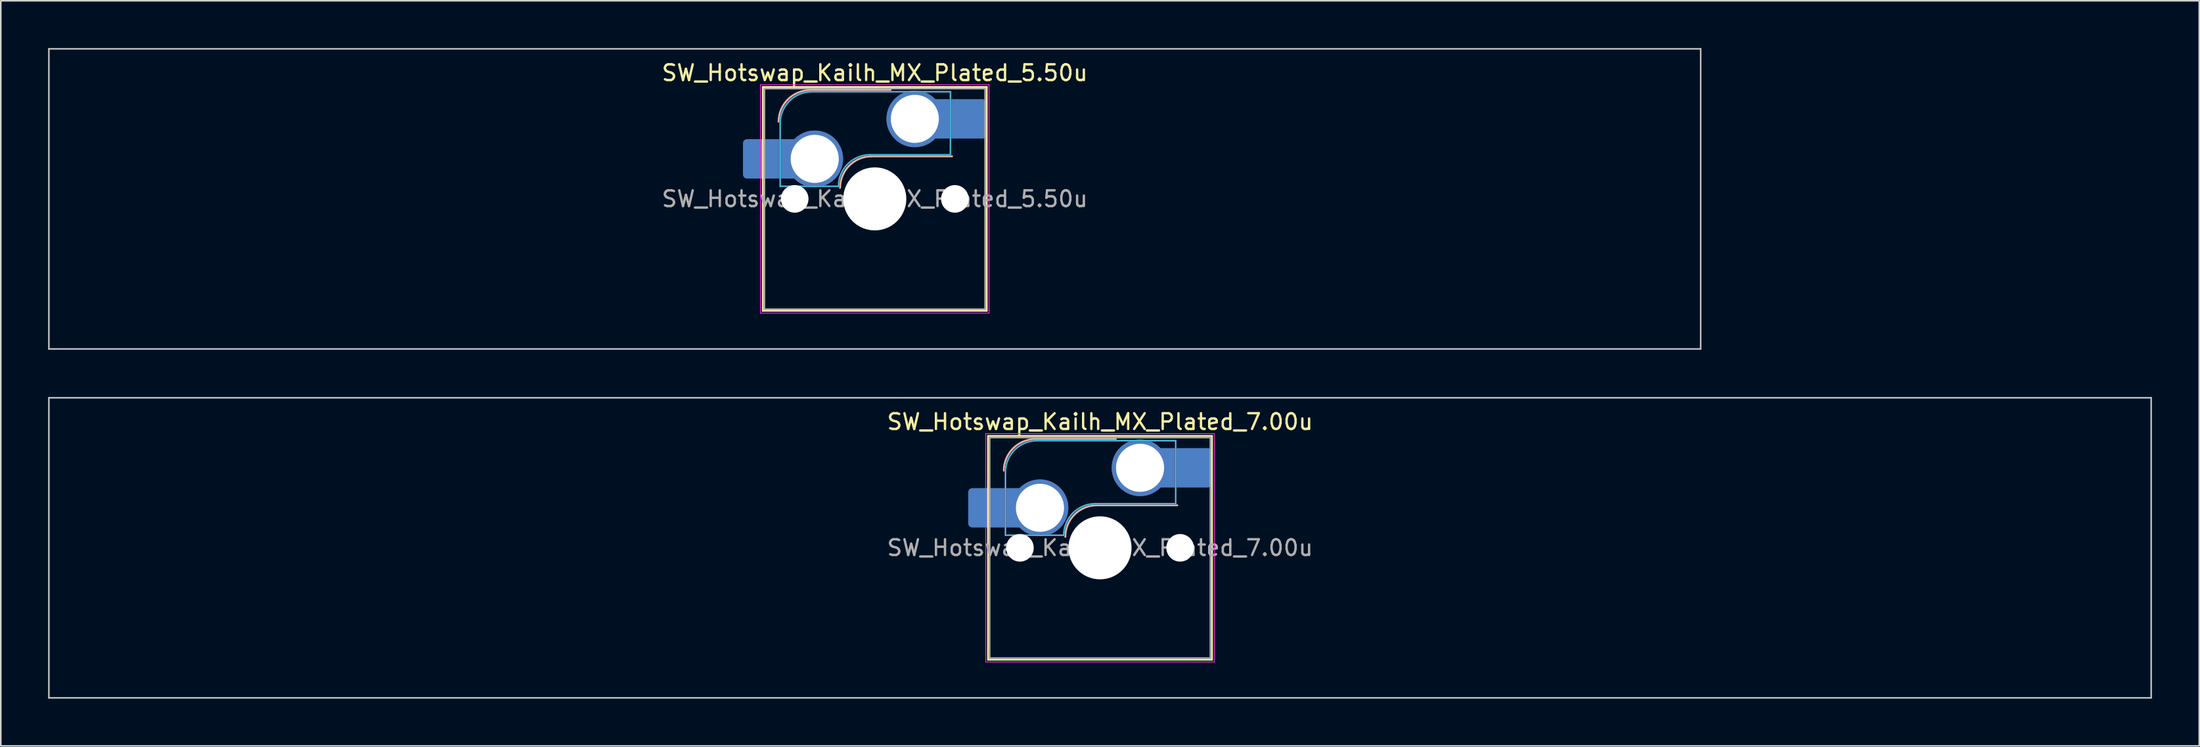
<source format=kicad_pcb>
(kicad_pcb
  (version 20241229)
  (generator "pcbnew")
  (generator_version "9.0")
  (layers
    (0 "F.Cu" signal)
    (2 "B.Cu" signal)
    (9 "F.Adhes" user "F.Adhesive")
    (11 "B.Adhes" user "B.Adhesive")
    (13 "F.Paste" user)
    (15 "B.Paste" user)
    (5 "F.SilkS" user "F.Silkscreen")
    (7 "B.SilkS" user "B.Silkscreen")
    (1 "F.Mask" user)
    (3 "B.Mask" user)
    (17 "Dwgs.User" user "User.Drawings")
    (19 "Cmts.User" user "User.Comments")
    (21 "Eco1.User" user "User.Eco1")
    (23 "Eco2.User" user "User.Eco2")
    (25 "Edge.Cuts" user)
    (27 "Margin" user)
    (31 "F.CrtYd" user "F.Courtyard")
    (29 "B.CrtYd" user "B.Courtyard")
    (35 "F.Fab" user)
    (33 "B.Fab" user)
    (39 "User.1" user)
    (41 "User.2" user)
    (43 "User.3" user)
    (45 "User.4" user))
  (footprint "SW_Hotswap_Kailh_MX_Plated_5.50u"
    (layer "F.Cu")
    (at 52.438 9.575)
    (property "Reference" "SW_Hotswap_Kailh_MX_Plated_5.50u" (at 0 -8 0) (layer "F.SilkS") (effects (font (size 1 1) (thickness 0.15))))
    (attr smd)
    (fp_line (start -7.1 -7.1) (end -7.1 7.1) (stroke (width 0.12) (type solid)) (layer "F.SilkS"))
    (fp_line (start -7.1 7.1) (end 7.1 7.1) (stroke (width 0.12) (type solid)) (layer "F.SilkS"))
    (fp_line (start 7.1 -7.1) (end -7.1 -7.1) (stroke (width 0.12) (type solid)) (layer "F.SilkS"))
    (fp_line (start 7.1 7.1) (end 7.1 -7.1) (stroke (width 0.12) (type solid)) (layer "F.SilkS"))
    (fp_line (start -4.1 -6.9) (end 1 -6.9) (stroke (width 0.12) (type solid)) (layer "B.SilkS"))
    (fp_line (start -0.2 -2.7) (end 4.9 -2.7) (stroke (width 0.12) (type solid)) (layer "B.SilkS"))
    (fp_arc (start -6.1 -4.9) (mid -5.514214 -6.314214) (end -4.1 -6.9) (stroke (width 0.12) (type solid)) (layer "B.SilkS"))
    (fp_arc (start -2.2 -0.7) (mid -1.614214 -2.114214) (end -0.2 -2.7) (stroke (width 0.12) (type solid)) (layer "B.SilkS"))
    (fp_line (start -52.388 -9.525) (end -52.388 9.525) (stroke (width 0.1) (type solid)) (layer "Dwgs.User"))
    (fp_line (start -52.388 9.525) (end 52.388 9.525) (stroke (width 0.1) (type solid)) (layer "Dwgs.User"))
    (fp_line (start 52.388 -9.525) (end -52.388 -9.525) (stroke (width 0.1) (type solid)) (layer "Dwgs.User"))
    (fp_line (start 52.388 9.525) (end 52.388 -9.525) (stroke (width 0.1) (type solid)) (layer "Dwgs.User"))
    (fp_line (start -7.8 -6) (end -7 -6) (stroke (width 0.1) (type solid)) (layer "Eco1.User"))
    (fp_line (start -7.8 -2.9) (end -7.8 -6) (stroke (width 0.1) (type solid)) (layer "Eco1.User"))
    (fp_line (start -7.8 2.9) (end -7 2.9) (stroke (width 0.1) (type solid)) (layer "Eco1.User"))
    (fp_line (start -7.8 6) (end -7.8 2.9) (stroke (width 0.1) (type solid)) (layer "Eco1.User"))
    (fp_line (start -7 -7) (end 7 -7) (stroke (width 0.1) (type solid)) (layer "Eco1.User"))
    (fp_line (start -7 -6) (end -7 -7) (stroke (width 0.1) (type solid)) (layer "Eco1.User"))
    (fp_line (start -7 -2.9) (end -7.8 -2.9) (stroke (width 0.1) (type solid)) (layer "Eco1.User"))
    (fp_line (start -7 2.9) (end -7 -2.9) (stroke (width 0.1) (type solid)) (layer "Eco1.User"))
    (fp_line (start -7 6) (end -7.8 6) (stroke (width 0.1) (type solid)) (layer "Eco1.User"))
    (fp_line (start -7 7) (end -7 6) (stroke (width 0.1) (type solid)) (layer "Eco1.User"))
    (fp_line (start 7 -7) (end 7 -6) (stroke (width 0.1) (type solid)) (layer "Eco1.User"))
    (fp_line (start 7 -6) (end 7.8 -6) (stroke (width 0.1) (type solid)) (layer "Eco1.User"))
    (fp_line (start 7 -2.9) (end 7 2.9) (stroke (width 0.1) (type solid)) (layer "Eco1.User"))
    (fp_line (start 7 2.9) (end 7.8 2.9) (stroke (width 0.1) (type solid)) (layer "Eco1.User"))
    (fp_line (start 7 6) (end 7 7) (stroke (width 0.1) (type solid)) (layer "Eco1.User"))
    (fp_line (start 7 7) (end -7 7) (stroke (width 0.1) (type solid)) (layer "Eco1.User"))
    (fp_line (start 7.8 -6) (end 7.8 -2.9) (stroke (width 0.1) (type solid)) (layer "Eco1.User"))
    (fp_line (start 7.8 -2.9) (end 7 -2.9) (stroke (width 0.1) (type solid)) (layer "Eco1.User"))
    (fp_line (start 7.8 2.9) (end 7.8 6) (stroke (width 0.1) (type solid)) (layer "Eco1.User"))
    (fp_line (start 7.8 6) (end 7 6) (stroke (width 0.1) (type solid)) (layer "Eco1.User"))
    (fp_line (start -6 -0.8) (end -6 -4.8) (stroke (width 0.05) (type solid)) (layer "B.CrtYd"))
    (fp_line (start -6 -0.8) (end -2.3 -0.8) (stroke (width 0.05) (type solid)) (layer "B.CrtYd"))
    (fp_line (start -4 -6.8) (end 4.8 -6.8) (stroke (width 0.05) (type solid)) (layer "B.CrtYd"))
    (fp_line (start -0.3 -2.8) (end 4.8 -2.8) (stroke (width 0.05) (type solid)) (layer "B.CrtYd"))
    (fp_line (start 4.8 -6.8) (end 4.8 -2.8) (stroke (width 0.05) (type solid)) (layer "B.CrtYd"))
    (fp_arc (start -6 -4.8) (mid -5.414214 -6.214214) (end -4 -6.8) (stroke (width 0.05) (type solid)) (layer "B.CrtYd"))
    (fp_arc (start -2.3 -0.8) (mid -1.714214 -2.214214) (end -0.3 -2.8) (stroke (width 0.05) (type solid)) (layer "B.CrtYd"))
    (fp_line (start -7.25 -7.25) (end -7.25 7.25) (stroke (width 0.05) (type solid)) (layer "F.CrtYd"))
    (fp_line (start -7.25 7.25) (end 7.25 7.25) (stroke (width 0.05) (type solid)) (layer "F.CrtYd"))
    (fp_line (start 7.25 -7.25) (end -7.25 -7.25) (stroke (width 0.05) (type solid)) (layer "F.CrtYd"))
    (fp_line (start 7.25 7.25) (end 7.25 -7.25) (stroke (width 0.05) (type solid)) (layer "F.CrtYd"))
    (fp_line (start -6 -0.8) (end -6 -4.8) (stroke (width 0.12) (type solid)) (layer "B.Fab"))
    (fp_line (start -6 -0.8) (end -2.3 -0.8) (stroke (width 0.12) (type solid)) (layer "B.Fab"))
    (fp_line (start -4 -6.8) (end 4.8 -6.8) (stroke (width 0.12) (type solid)) (layer "B.Fab"))
    (fp_line (start -0.3 -2.8) (end 4.8 -2.8) (stroke (width 0.12) (type solid)) (layer "B.Fab"))
    (fp_line (start 4.8 -6.8) (end 4.8 -2.8) (stroke (width 0.12) (type solid)) (layer "B.Fab"))
    (fp_arc (start -6 -4.8) (mid -5.414214 -6.214214) (end -4 -6.8) (stroke (width 0.12) (type solid)) (layer "B.Fab"))
    (fp_arc (start -2.3 -0.8) (mid -1.714214 -2.214214) (end -0.3 -2.8) (stroke (width 0.12) (type solid)) (layer "B.Fab"))
    (fp_line (start -7 -7) (end -7 7) (stroke (width 0.1) (type solid)) (layer "F.Fab"))
    (fp_line (start -7 7) (end 7 7) (stroke (width 0.1) (type solid)) (layer "F.Fab"))
    (fp_line (start 7 -7) (end -7 -7) (stroke (width 0.1) (type solid)) (layer "F.Fab"))
    (fp_line (start 7 7) (end 7 -7) (stroke (width 0.1) (type solid)) (layer "F.Fab"))
    (fp_text user "${REFERENCE}" (at 0 0 0) (layer "F.Fab") (effects (font (size 1 1) (thickness 0.15))))
    (pad "" smd roundrect (at -7.085 -2.54) (size 2.55 2.5) (layers "B.Mask" "B.Paste") (roundrect_rratio 0.1))
    (pad "" np_thru_hole circle (at -5.08 0) (size 1.75 1.75) (drill 1.75) (layers "*.Cu" "*.Mask"))
    (pad "" np_thru_hole circle (at 0 0) (size 4 4) (drill 4) (layers "*.Cu" "*.Mask"))
    (pad "" np_thru_hole circle (at 5.08 0) (size 1.75 1.75) (drill 1.75) (layers "*.Cu" "*.Mask"))
    (pad "" smd roundrect (at 5.842 -5.08) (size 2.55 2.5) (layers "B.Mask" "B.Paste") (roundrect_rratio 0.1))
    (pad "1" smd roundrect (at -6.585 -2.54) (size 3.55 2.5) (layers "B.Cu") (roundrect_rratio 0.1))
    (pad "1" thru_hole circle (at -3.81 -2.54) (size 3.6 3.6) (drill 3.05) (layers "*.Cu" "*.Mask"))
    (pad "2" thru_hole circle (at 2.54 -5.08) (size 3.6 3.6) (drill 3.05) (layers "*.Cu" "*.Mask"))
    (pad "2" smd roundrect (at 5.32 -5.08) (size 3.55 2.5) (layers "B.Cu") (roundrect_rratio 0.1)))
  (footprint "SW_Hotswap_Kailh_MX_Plated_7.00u"
    (layer "F.Cu")
    (at 66.725 31.725)
    (property "Reference" "SW_Hotswap_Kailh_MX_Plated_7.00u" (at 0 -8 0) (layer "F.SilkS") (effects (font (size 1 1) (thickness 0.15))))
    (attr smd)
    (fp_line (start -7.1 -7.1) (end -7.1 7.1) (stroke (width 0.12) (type solid)) (layer "F.SilkS"))
    (fp_line (start -7.1 7.1) (end 7.1 7.1) (stroke (width 0.12) (type solid)) (layer "F.SilkS"))
    (fp_line (start 7.1 -7.1) (end -7.1 -7.1) (stroke (width 0.12) (type solid)) (layer "F.SilkS"))
    (fp_line (start 7.1 7.1) (end 7.1 -7.1) (stroke (width 0.12) (type solid)) (layer "F.SilkS"))
    (fp_line (start -4.1 -6.9) (end 1 -6.9) (stroke (width 0.12) (type solid)) (layer "B.SilkS"))
    (fp_line (start -0.2 -2.7) (end 4.9 -2.7) (stroke (width 0.12) (type solid)) (layer "B.SilkS"))
    (fp_arc (start -6.1 -4.9) (mid -5.514214 -6.314214) (end -4.1 -6.9) (stroke (width 0.12) (type solid)) (layer "B.SilkS"))
    (fp_arc (start -2.2 -0.7) (mid -1.614214 -2.114214) (end -0.2 -2.7) (stroke (width 0.12) (type solid)) (layer "B.SilkS"))
    (fp_line (start -66.675 -9.525) (end -66.675 9.525) (stroke (width 0.1) (type solid)) (layer "Dwgs.User"))
    (fp_line (start -66.675 9.525) (end 66.675 9.525) (stroke (width 0.1) (type solid)) (layer "Dwgs.User"))
    (fp_line (start 66.675 -9.525) (end -66.675 -9.525) (stroke (width 0.1) (type solid)) (layer "Dwgs.User"))
    (fp_line (start 66.675 9.525) (end 66.675 -9.525) (stroke (width 0.1) (type solid)) (layer "Dwgs.User"))
    (fp_line (start -7.8 -6) (end -7 -6) (stroke (width 0.1) (type solid)) (layer "Eco1.User"))
    (fp_line (start -7.8 -2.9) (end -7.8 -6) (stroke (width 0.1) (type solid)) (layer "Eco1.User"))
    (fp_line (start -7.8 2.9) (end -7 2.9) (stroke (width 0.1) (type solid)) (layer "Eco1.User"))
    (fp_line (start -7.8 6) (end -7.8 2.9) (stroke (width 0.1) (type solid)) (layer "Eco1.User"))
    (fp_line (start -7 -7) (end 7 -7) (stroke (width 0.1) (type solid)) (layer "Eco1.User"))
    (fp_line (start -7 -6) (end -7 -7) (stroke (width 0.1) (type solid)) (layer "Eco1.User"))
    (fp_line (start -7 -2.9) (end -7.8 -2.9) (stroke (width 0.1) (type solid)) (layer "Eco1.User"))
    (fp_line (start -7 2.9) (end -7 -2.9) (stroke (width 0.1) (type solid)) (layer "Eco1.User"))
    (fp_line (start -7 6) (end -7.8 6) (stroke (width 0.1) (type solid)) (layer "Eco1.User"))
    (fp_line (start -7 7) (end -7 6) (stroke (width 0.1) (type solid)) (layer "Eco1.User"))
    (fp_line (start 7 -7) (end 7 -6) (stroke (width 0.1) (type solid)) (layer "Eco1.User"))
    (fp_line (start 7 -6) (end 7.8 -6) (stroke (width 0.1) (type solid)) (layer "Eco1.User"))
    (fp_line (start 7 -2.9) (end 7 2.9) (stroke (width 0.1) (type solid)) (layer "Eco1.User"))
    (fp_line (start 7 2.9) (end 7.8 2.9) (stroke (width 0.1) (type solid)) (layer "Eco1.User"))
    (fp_line (start 7 6) (end 7 7) (stroke (width 0.1) (type solid)) (layer "Eco1.User"))
    (fp_line (start 7 7) (end -7 7) (stroke (width 0.1) (type solid)) (layer "Eco1.User"))
    (fp_line (start 7.8 -6) (end 7.8 -2.9) (stroke (width 0.1) (type solid)) (layer "Eco1.User"))
    (fp_line (start 7.8 -2.9) (end 7 -2.9) (stroke (width 0.1) (type solid)) (layer "Eco1.User"))
    (fp_line (start 7.8 2.9) (end 7.8 6) (stroke (width 0.1) (type solid)) (layer "Eco1.User"))
    (fp_line (start 7.8 6) (end 7 6) (stroke (width 0.1) (type solid)) (layer "Eco1.User"))
    (fp_line (start -6 -0.8) (end -6 -4.8) (stroke (width 0.05) (type solid)) (layer "B.CrtYd"))
    (fp_line (start -6 -0.8) (end -2.3 -0.8) (stroke (width 0.05) (type solid)) (layer "B.CrtYd"))
    (fp_line (start -4 -6.8) (end 4.8 -6.8) (stroke (width 0.05) (type solid)) (layer "B.CrtYd"))
    (fp_line (start -0.3 -2.8) (end 4.8 -2.8) (stroke (width 0.05) (type solid)) (layer "B.CrtYd"))
    (fp_line (start 4.8 -6.8) (end 4.8 -2.8) (stroke (width 0.05) (type solid)) (layer "B.CrtYd"))
    (fp_arc (start -6 -4.8) (mid -5.414214 -6.214214) (end -4 -6.8) (stroke (width 0.05) (type solid)) (layer "B.CrtYd"))
    (fp_arc (start -2.3 -0.8) (mid -1.714214 -2.214214) (end -0.3 -2.8) (stroke (width 0.05) (type solid)) (layer "B.CrtYd"))
    (fp_line (start -7.25 -7.25) (end -7.25 7.25) (stroke (width 0.05) (type solid)) (layer "F.CrtYd"))
    (fp_line (start -7.25 7.25) (end 7.25 7.25) (stroke (width 0.05) (type solid)) (layer "F.CrtYd"))
    (fp_line (start 7.25 -7.25) (end -7.25 -7.25) (stroke (width 0.05) (type solid)) (layer "F.CrtYd"))
    (fp_line (start 7.25 7.25) (end 7.25 -7.25) (stroke (width 0.05) (type solid)) (layer "F.CrtYd"))
    (fp_line (start -6 -0.8) (end -6 -4.8) (stroke (width 0.12) (type solid)) (layer "B.Fab"))
    (fp_line (start -6 -0.8) (end -2.3 -0.8) (stroke (width 0.12) (type solid)) (layer "B.Fab"))
    (fp_line (start -4 -6.8) (end 4.8 -6.8) (stroke (width 0.12) (type solid)) (layer "B.Fab"))
    (fp_line (start -0.3 -2.8) (end 4.8 -2.8) (stroke (width 0.12) (type solid)) (layer "B.Fab"))
    (fp_line (start 4.8 -6.8) (end 4.8 -2.8) (stroke (width 0.12) (type solid)) (layer "B.Fab"))
    (fp_arc (start -6 -4.8) (mid -5.414214 -6.214214) (end -4 -6.8) (stroke (width 0.12) (type solid)) (layer "B.Fab"))
    (fp_arc (start -2.3 -0.8) (mid -1.714214 -2.214214) (end -0.3 -2.8) (stroke (width 0.12) (type solid)) (layer "B.Fab"))
    (fp_line (start -7 -7) (end -7 7) (stroke (width 0.1) (type solid)) (layer "F.Fab"))
    (fp_line (start -7 7) (end 7 7) (stroke (width 0.1) (type solid)) (layer "F.Fab"))
    (fp_line (start 7 -7) (end -7 -7) (stroke (width 0.1) (type solid)) (layer "F.Fab"))
    (fp_line (start 7 7) (end 7 -7) (stroke (width 0.1) (type solid)) (layer "F.Fab"))
    (fp_text user "${REFERENCE}" (at 0 0 0) (layer "F.Fab") (effects (font (size 1 1) (thickness 0.15))))
    (pad "" smd roundrect (at -7.085 -2.54) (size 2.55 2.5) (layers "B.Mask" "B.Paste") (roundrect_rratio 0.1))
    (pad "" np_thru_hole circle (at -5.08 0) (size 1.75 1.75) (drill 1.75) (layers "*.Cu" "*.Mask"))
    (pad "" np_thru_hole circle (at 0 0) (size 4 4) (drill 4) (layers "*.Cu" "*.Mask"))
    (pad "" np_thru_hole circle (at 5.08 0) (size 1.75 1.75) (drill 1.75) (layers "*.Cu" "*.Mask"))
    (pad "" smd roundrect (at 5.842 -5.08) (size 2.55 2.5) (layers "B.Mask" "B.Paste") (roundrect_rratio 0.1))
    (pad "1" smd roundrect (at -6.585 -2.54) (size 3.55 2.5) (layers "B.Cu") (roundrect_rratio 0.1))
    (pad "1" thru_hole circle (at -3.81 -2.54) (size 3.6 3.6) (drill 3.05) (layers "*.Cu" "*.Mask"))
    (pad "2" thru_hole circle (at 2.54 -5.08) (size 3.6 3.6) (drill 3.05) (layers "*.Cu" "*.Mask"))
    (pad "2" smd roundrect (at 5.32 -5.08) (size 3.55 2.5) (layers "B.Cu") (roundrect_rratio 0.1)))
  (gr_rect
    (start -3 -3)
    (end 136.45 44.3)
    (stroke (width 0.1) (type default))
    (fill no)
    (layer "Edge.Cuts")))
</source>
